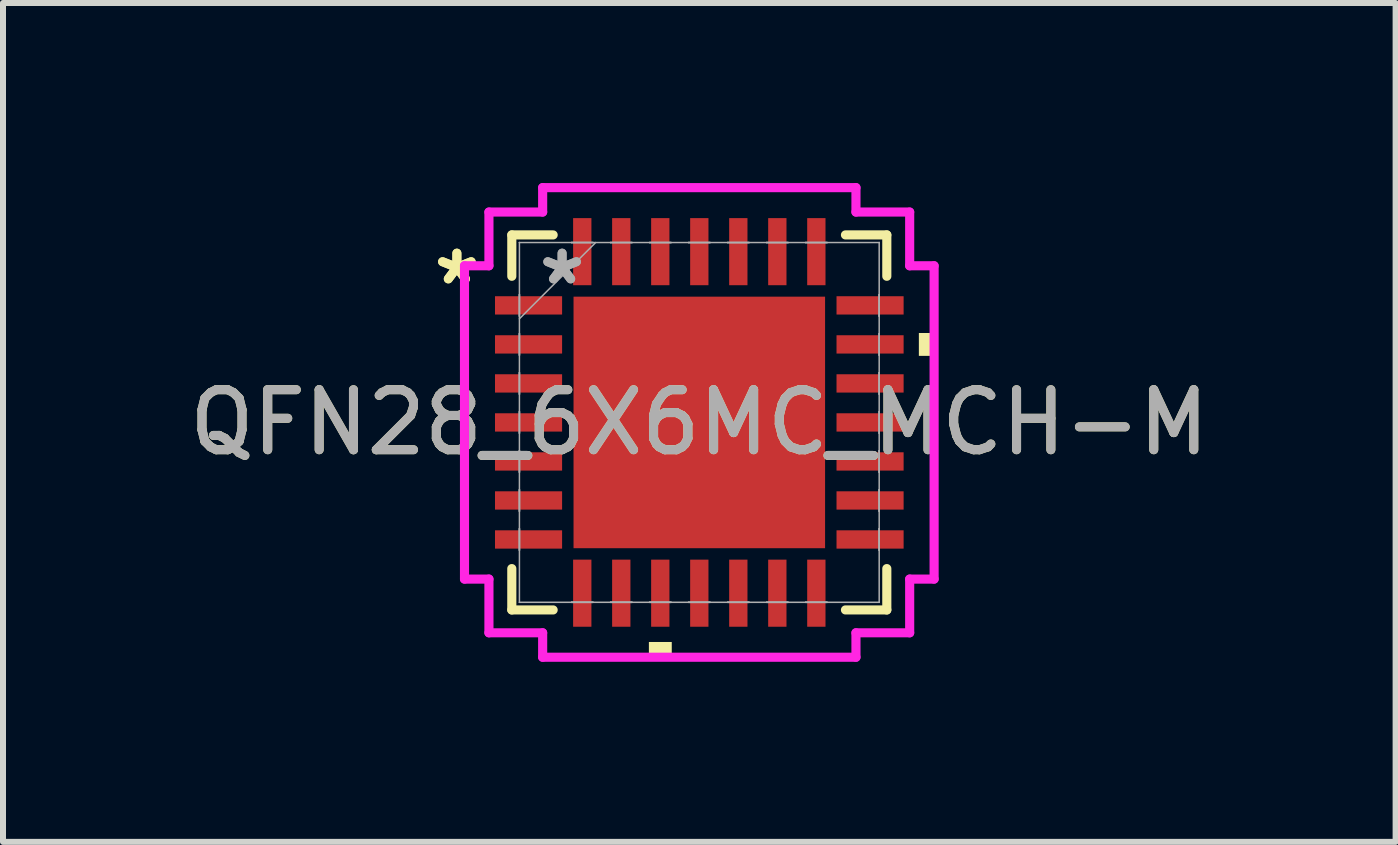
<source format=kicad_pcb>
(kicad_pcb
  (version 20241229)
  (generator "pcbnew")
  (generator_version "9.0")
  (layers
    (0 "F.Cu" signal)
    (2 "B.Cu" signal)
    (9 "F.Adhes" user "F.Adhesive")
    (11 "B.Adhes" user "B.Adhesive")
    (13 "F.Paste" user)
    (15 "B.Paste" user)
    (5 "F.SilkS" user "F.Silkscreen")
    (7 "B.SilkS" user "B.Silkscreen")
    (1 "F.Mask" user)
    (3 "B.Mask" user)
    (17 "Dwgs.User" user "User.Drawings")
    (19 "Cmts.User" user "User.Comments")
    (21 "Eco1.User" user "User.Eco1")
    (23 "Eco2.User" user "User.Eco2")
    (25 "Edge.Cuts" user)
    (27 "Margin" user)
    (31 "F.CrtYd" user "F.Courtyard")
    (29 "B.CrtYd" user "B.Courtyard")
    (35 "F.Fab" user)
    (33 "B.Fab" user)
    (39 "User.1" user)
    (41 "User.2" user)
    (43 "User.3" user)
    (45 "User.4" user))
  (footprint "QFN28_6X6MC_MCH-M"
    (layer "F.Cu")
    (at 8.601 3.988)
    (property "Reference" "QFN28_6X6MC_MCH-M" (at 0 0 0) (unlocked yes) (layer "F.SilkS") (effects (font (size 1 1) (thickness 0.15))))
    (attr smd)
    (fp_line (start -3.124 -3.124) (end -3.124 -2.435) (stroke (width 0.152) (type solid)) (layer "F.SilkS"))
    (fp_line (start -3.124 2.435) (end -3.124 3.124) (stroke (width 0.152) (type solid)) (layer "F.SilkS"))
    (fp_line (start -3.124 3.124) (end -2.435 3.124) (stroke (width 0.152) (type solid)) (layer "F.SilkS"))
    (fp_line (start -2.435 -3.124) (end -3.124 -3.124) (stroke (width 0.152) (type solid)) (layer "F.SilkS"))
    (fp_line (start 2.435 3.124) (end 3.124 3.124) (stroke (width 0.152) (type solid)) (layer "F.SilkS"))
    (fp_line (start 3.124 -3.124) (end 2.435 -3.124) (stroke (width 0.152) (type solid)) (layer "F.SilkS"))
    (fp_line (start 3.124 -2.435) (end 3.124 -3.124) (stroke (width 0.152) (type solid)) (layer "F.SilkS"))
    (fp_line (start 3.124 3.124) (end 3.124 2.435) (stroke (width 0.152) (type solid)) (layer "F.SilkS"))
    (fp_poly (pts (xy -0.84 3.658) (xy -0.84 3.912) (xy -0.459 3.912) (xy -0.459 3.658)) (stroke (width 0) (type solid)) (fill yes) (layer "F.SilkS"))
    (fp_poly (pts (xy 3.912 -1.49) (xy 3.912 -1.109) (xy 3.658 -1.109) (xy 3.658 -1.49)) (stroke (width 0) (type solid)) (fill yes) (layer "F.SilkS"))
    (fp_poly (pts (xy -1.996 -1.996) (xy -1.996 -0.798) (xy -0.798 -0.798) (xy -0.798 -1.996)) (stroke (width 0) (type solid)) (fill yes) (layer "F.Paste"))
    (fp_poly (pts (xy -1.996 -0.599) (xy -1.996 0.599) (xy -0.798 0.599) (xy -0.798 -0.599)) (stroke (width 0) (type solid)) (fill yes) (layer "F.Paste"))
    (fp_poly (pts (xy -1.996 0.798) (xy -1.996 1.996) (xy -0.798 1.996) (xy -0.798 0.798)) (stroke (width 0) (type solid)) (fill yes) (layer "F.Paste"))
    (fp_poly (pts (xy -0.599 -1.996) (xy -0.599 -0.798) (xy 0.599 -0.798) (xy 0.599 -1.996)) (stroke (width 0) (type solid)) (fill yes) (layer "F.Paste"))
    (fp_poly (pts (xy -0.599 -0.599) (xy -0.599 0.599) (xy 0.599 0.599) (xy 0.599 -0.599)) (stroke (width 0) (type solid)) (fill yes) (layer "F.Paste"))
    (fp_poly (pts (xy -0.599 0.798) (xy -0.599 1.996) (xy 0.599 1.996) (xy 0.599 0.798)) (stroke (width 0) (type solid)) (fill yes) (layer "F.Paste"))
    (fp_poly (pts (xy 0.798 -1.996) (xy 0.798 -0.798) (xy 1.996 -0.798) (xy 1.996 -1.996)) (stroke (width 0) (type solid)) (fill yes) (layer "F.Paste"))
    (fp_poly (pts (xy 0.798 -0.599) (xy 0.798 0.599) (xy 1.996 0.599) (xy 1.996 -0.599)) (stroke (width 0) (type solid)) (fill yes) (layer "F.Paste"))
    (fp_poly (pts (xy 0.798 0.798) (xy 0.798 1.996) (xy 1.996 1.996) (xy 1.996 0.798)) (stroke (width 0) (type solid)) (fill yes) (layer "F.Paste"))
    (fp_line (start -3.912 -2.61) (end -3.505 -2.61) (stroke (width 0.152) (type solid)) (layer "F.CrtYd"))
    (fp_line (start -3.912 2.61) (end -3.912 -2.61) (stroke (width 0.152) (type solid)) (layer "F.CrtYd"))
    (fp_line (start -3.505 -3.505) (end -2.61 -3.505) (stroke (width 0.152) (type solid)) (layer "F.CrtYd"))
    (fp_line (start -3.505 -2.61) (end -3.505 -3.505) (stroke (width 0.152) (type solid)) (layer "F.CrtYd"))
    (fp_line (start -3.505 2.61) (end -3.912 2.61) (stroke (width 0.152) (type solid)) (layer "F.CrtYd"))
    (fp_line (start -3.505 3.505) (end -3.505 2.61) (stroke (width 0.152) (type solid)) (layer "F.CrtYd"))
    (fp_line (start -2.61 -3.912) (end 2.61 -3.912) (stroke (width 0.152) (type solid)) (layer "F.CrtYd"))
    (fp_line (start -2.61 -3.505) (end -2.61 -3.912) (stroke (width 0.152) (type solid)) (layer "F.CrtYd"))
    (fp_line (start -2.61 3.505) (end -3.505 3.505) (stroke (width 0.152) (type solid)) (layer "F.CrtYd"))
    (fp_line (start -2.61 3.912) (end -2.61 3.505) (stroke (width 0.152) (type solid)) (layer "F.CrtYd"))
    (fp_line (start 2.61 -3.912) (end 2.61 -3.505) (stroke (width 0.152) (type solid)) (layer "F.CrtYd"))
    (fp_line (start 2.61 -3.505) (end 3.505 -3.505) (stroke (width 0.152) (type solid)) (layer "F.CrtYd"))
    (fp_line (start 2.61 3.505) (end 2.61 3.912) (stroke (width 0.152) (type solid)) (layer "F.CrtYd"))
    (fp_line (start 2.61 3.912) (end -2.61 3.912) (stroke (width 0.152) (type solid)) (layer "F.CrtYd"))
    (fp_line (start 3.505 -3.505) (end 3.505 -2.61) (stroke (width 0.152) (type solid)) (layer "F.CrtYd"))
    (fp_line (start 3.505 -2.61) (end 3.912 -2.61) (stroke (width 0.152) (type solid)) (layer "F.CrtYd"))
    (fp_line (start 3.505 2.61) (end 3.505 3.505) (stroke (width 0.152) (type solid)) (layer "F.CrtYd"))
    (fp_line (start 3.505 3.505) (end 2.61 3.505) (stroke (width 0.152) (type solid)) (layer "F.CrtYd"))
    (fp_line (start 3.912 -2.61) (end 3.912 2.61) (stroke (width 0.152) (type solid)) (layer "F.CrtYd"))
    (fp_line (start 3.912 2.61) (end 3.505 2.61) (stroke (width 0.152) (type solid)) (layer "F.CrtYd"))
    (fp_line (start -2.997 -2.997) (end -2.997 -2.997) (stroke (width 0.025) (type solid)) (layer "F.Fab"))
    (fp_line (start -2.997 -2.997) (end -2.997 2.997) (stroke (width 0.025) (type solid)) (layer "F.Fab"))
    (fp_line (start -2.997 -2.128) (end -2.997 -2.128) (stroke (width 0.025) (type solid)) (layer "F.Fab"))
    (fp_line (start -2.997 -2.128) (end -2.997 -1.772) (stroke (width 0.025) (type solid)) (layer "F.Fab"))
    (fp_line (start -2.997 -1.772) (end -2.997 -2.128) (stroke (width 0.025) (type solid)) (layer "F.Fab"))
    (fp_line (start -2.997 -1.772) (end -2.997 -1.772) (stroke (width 0.025) (type solid)) (layer "F.Fab"))
    (fp_line (start -2.997 -1.727) (end -1.727 -2.997) (stroke (width 0.025) (type solid)) (layer "F.Fab"))
    (fp_line (start -2.997 -1.478) (end -2.997 -1.478) (stroke (width 0.025) (type solid)) (layer "F.Fab"))
    (fp_line (start -2.997 -1.478) (end -2.997 -1.122) (stroke (width 0.025) (type solid)) (layer "F.Fab"))
    (fp_line (start -2.997 -1.122) (end -2.997 -1.478) (stroke (width 0.025) (type solid)) (layer "F.Fab"))
    (fp_line (start -2.997 -1.122) (end -2.997 -1.122) (stroke (width 0.025) (type solid)) (layer "F.Fab"))
    (fp_line (start -2.997 -0.828) (end -2.997 -0.828) (stroke (width 0.025) (type solid)) (layer "F.Fab"))
    (fp_line (start -2.997 -0.828) (end -2.997 -0.472) (stroke (width 0.025) (type solid)) (layer "F.Fab"))
    (fp_line (start -2.997 -0.472) (end -2.997 -0.828) (stroke (width 0.025) (type solid)) (layer "F.Fab"))
    (fp_line (start -2.997 -0.472) (end -2.997 -0.472) (stroke (width 0.025) (type solid)) (layer "F.Fab"))
    (fp_line (start -2.997 -0.178) (end -2.997 -0.178) (stroke (width 0.025) (type solid)) (layer "F.Fab"))
    (fp_line (start -2.997 -0.178) (end -2.997 0.178) (stroke (width 0.025) (type solid)) (layer "F.Fab"))
    (fp_line (start -2.997 0.178) (end -2.997 -0.178) (stroke (width 0.025) (type solid)) (layer "F.Fab"))
    (fp_line (start -2.997 0.178) (end -2.997 0.178) (stroke (width 0.025) (type solid)) (layer "F.Fab"))
    (fp_line (start -2.997 0.472) (end -2.997 0.472) (stroke (width 0.025) (type solid)) (layer "F.Fab"))
    (fp_line (start -2.997 0.472) (end -2.997 0.828) (stroke (width 0.025) (type solid)) (layer "F.Fab"))
    (fp_line (start -2.997 0.828) (end -2.997 0.472) (stroke (width 0.025) (type solid)) (layer "F.Fab"))
    (fp_line (start -2.997 0.828) (end -2.997 0.828) (stroke (width 0.025) (type solid)) (layer "F.Fab"))
    (fp_line (start -2.997 1.122) (end -2.997 1.122) (stroke (width 0.025) (type solid)) (layer "F.Fab"))
    (fp_line (start -2.997 1.122) (end -2.997 1.478) (stroke (width 0.025) (type solid)) (layer "F.Fab"))
    (fp_line (start -2.997 1.478) (end -2.997 1.122) (stroke (width 0.025) (type solid)) (layer "F.Fab"))
    (fp_line (start -2.997 1.478) (end -2.997 1.478) (stroke (width 0.025) (type solid)) (layer "F.Fab"))
    (fp_line (start -2.997 1.772) (end -2.997 1.772) (stroke (width 0.025) (type solid)) (layer "F.Fab"))
    (fp_line (start -2.997 1.772) (end -2.997 2.128) (stroke (width 0.025) (type solid)) (layer "F.Fab"))
    (fp_line (start -2.997 2.128) (end -2.997 1.772) (stroke (width 0.025) (type solid)) (layer "F.Fab"))
    (fp_line (start -2.997 2.128) (end -2.997 2.128) (stroke (width 0.025) (type solid)) (layer "F.Fab"))
    (fp_line (start -2.997 2.997) (end -2.997 2.997) (stroke (width 0.025) (type solid)) (layer "F.Fab"))
    (fp_line (start -2.997 2.997) (end 2.997 2.997) (stroke (width 0.025) (type solid)) (layer "F.Fab"))
    (fp_line (start -2.128 -2.997) (end -2.128 -2.997) (stroke (width 0.025) (type solid)) (layer "F.Fab"))
    (fp_line (start -2.128 -2.997) (end -1.772 -2.997) (stroke (width 0.025) (type solid)) (layer "F.Fab"))
    (fp_line (start -2.128 2.997) (end -2.128 2.997) (stroke (width 0.025) (type solid)) (layer "F.Fab"))
    (fp_line (start -2.128 2.997) (end -1.772 2.997) (stroke (width 0.025) (type solid)) (layer "F.Fab"))
    (fp_line (start -1.772 -2.997) (end -2.128 -2.997) (stroke (width 0.025) (type solid)) (layer "F.Fab"))
    (fp_line (start -1.772 -2.997) (end -1.772 -2.997) (stroke (width 0.025) (type solid)) (layer "F.Fab"))
    (fp_line (start -1.772 2.997) (end -2.128 2.997) (stroke (width 0.025) (type solid)) (layer "F.Fab"))
    (fp_line (start -1.772 2.997) (end -1.772 2.997) (stroke (width 0.025) (type solid)) (layer "F.Fab"))
    (fp_line (start -1.478 -2.997) (end -1.478 -2.997) (stroke (width 0.025) (type solid)) (layer "F.Fab"))
    (fp_line (start -1.478 -2.997) (end -1.122 -2.997) (stroke (width 0.025) (type solid)) (layer "F.Fab"))
    (fp_line (start -1.478 2.997) (end -1.478 2.997) (stroke (width 0.025) (type solid)) (layer "F.Fab"))
    (fp_line (start -1.478 2.997) (end -1.122 2.997) (stroke (width 0.025) (type solid)) (layer "F.Fab"))
    (fp_line (start -1.122 -2.997) (end -1.478 -2.997) (stroke (width 0.025) (type solid)) (layer "F.Fab"))
    (fp_line (start -1.122 -2.997) (end -1.122 -2.997) (stroke (width 0.025) (type solid)) (layer "F.Fab"))
    (fp_line (start -1.122 2.997) (end -1.478 2.997) (stroke (width 0.025) (type solid)) (layer "F.Fab"))
    (fp_line (start -1.122 2.997) (end -1.122 2.997) (stroke (width 0.025) (type solid)) (layer "F.Fab"))
    (fp_line (start -0.828 -2.997) (end -0.828 -2.997) (stroke (width 0.025) (type solid)) (layer "F.Fab"))
    (fp_line (start -0.828 -2.997) (end -0.472 -2.997) (stroke (width 0.025) (type solid)) (layer "F.Fab"))
    (fp_line (start -0.828 2.997) (end -0.828 2.997) (stroke (width 0.025) (type solid)) (layer "F.Fab"))
    (fp_line (start -0.828 2.997) (end -0.472 2.997) (stroke (width 0.025) (type solid)) (layer "F.Fab"))
    (fp_line (start -0.472 -2.997) (end -0.828 -2.997) (stroke (width 0.025) (type solid)) (layer "F.Fab"))
    (fp_line (start -0.472 -2.997) (end -0.472 -2.997) (stroke (width 0.025) (type solid)) (layer "F.Fab"))
    (fp_line (start -0.472 2.997) (end -0.828 2.997) (stroke (width 0.025) (type solid)) (layer "F.Fab"))
    (fp_line (start -0.472 2.997) (end -0.472 2.997) (stroke (width 0.025) (type solid)) (layer "F.Fab"))
    (fp_line (start -0.178 -2.997) (end -0.178 -2.997) (stroke (width 0.025) (type solid)) (layer "F.Fab"))
    (fp_line (start -0.178 -2.997) (end 0.178 -2.997) (stroke (width 0.025) (type solid)) (layer "F.Fab"))
    (fp_line (start -0.178 2.997) (end -0.178 2.997) (stroke (width 0.025) (type solid)) (layer "F.Fab"))
    (fp_line (start -0.178 2.997) (end 0.178 2.997) (stroke (width 0.025) (type solid)) (layer "F.Fab"))
    (fp_line (start 0.178 -2.997) (end -0.178 -2.997) (stroke (width 0.025) (type solid)) (layer "F.Fab"))
    (fp_line (start 0.178 -2.997) (end 0.178 -2.997) (stroke (width 0.025) (type solid)) (layer "F.Fab"))
    (fp_line (start 0.178 2.997) (end -0.178 2.997) (stroke (width 0.025) (type solid)) (layer "F.Fab"))
    (fp_line (start 0.178 2.997) (end 0.178 2.997) (stroke (width 0.025) (type solid)) (layer "F.Fab"))
    (fp_line (start 0.472 -2.997) (end 0.472 -2.997) (stroke (width 0.025) (type solid)) (layer "F.Fab"))
    (fp_line (start 0.472 -2.997) (end 0.828 -2.997) (stroke (width 0.025) (type solid)) (layer "F.Fab"))
    (fp_line (start 0.472 2.997) (end 0.472 2.997) (stroke (width 0.025) (type solid)) (layer "F.Fab"))
    (fp_line (start 0.472 2.997) (end 0.828 2.997) (stroke (width 0.025) (type solid)) (layer "F.Fab"))
    (fp_line (start 0.828 -2.997) (end 0.472 -2.997) (stroke (width 0.025) (type solid)) (layer "F.Fab"))
    (fp_line (start 0.828 -2.997) (end 0.828 -2.997) (stroke (width 0.025) (type solid)) (layer "F.Fab"))
    (fp_line (start 0.828 2.997) (end 0.472 2.997) (stroke (width 0.025) (type solid)) (layer "F.Fab"))
    (fp_line (start 0.828 2.997) (end 0.828 2.997) (stroke (width 0.025) (type solid)) (layer "F.Fab"))
    (fp_line (start 1.122 -2.997) (end 1.122 -2.997) (stroke (width 0.025) (type solid)) (layer "F.Fab"))
    (fp_line (start 1.122 -2.997) (end 1.478 -2.997) (stroke (width 0.025) (type solid)) (layer "F.Fab"))
    (fp_line (start 1.122 2.997) (end 1.122 2.997) (stroke (width 0.025) (type solid)) (layer "F.Fab"))
    (fp_line (start 1.122 2.997) (end 1.478 2.997) (stroke (width 0.025) (type solid)) (layer "F.Fab"))
    (fp_line (start 1.478 -2.997) (end 1.122 -2.997) (stroke (width 0.025) (type solid)) (layer "F.Fab"))
    (fp_line (start 1.478 -2.997) (end 1.478 -2.997) (stroke (width 0.025) (type solid)) (layer "F.Fab"))
    (fp_line (start 1.478 2.997) (end 1.122 2.997) (stroke (width 0.025) (type solid)) (layer "F.Fab"))
    (fp_line (start 1.478 2.997) (end 1.478 2.997) (stroke (width 0.025) (type solid)) (layer "F.Fab"))
    (fp_line (start 1.772 -2.997) (end 1.772 -2.997) (stroke (width 0.025) (type solid)) (layer "F.Fab"))
    (fp_line (start 1.772 -2.997) (end 2.128 -2.997) (stroke (width 0.025) (type solid)) (layer "F.Fab"))
    (fp_line (start 1.772 2.997) (end 1.772 2.997) (stroke (width 0.025) (type solid)) (layer "F.Fab"))
    (fp_line (start 1.772 2.997) (end 2.128 2.997) (stroke (width 0.025) (type solid)) (layer "F.Fab"))
    (fp_line (start 2.128 -2.997) (end 1.772 -2.997) (stroke (width 0.025) (type solid)) (layer "F.Fab"))
    (fp_line (start 2.128 -2.997) (end 2.128 -2.997) (stroke (width 0.025) (type solid)) (layer "F.Fab"))
    (fp_line (start 2.128 2.997) (end 1.772 2.997) (stroke (width 0.025) (type solid)) (layer "F.Fab"))
    (fp_line (start 2.128 2.997) (end 2.128 2.997) (stroke (width 0.025) (type solid)) (layer "F.Fab"))
    (fp_line (start 2.997 -2.997) (end -2.997 -2.997) (stroke (width 0.025) (type solid)) (layer "F.Fab"))
    (fp_line (start 2.997 -2.997) (end 2.997 -2.997) (stroke (width 0.025) (type solid)) (layer "F.Fab"))
    (fp_line (start 2.997 -2.128) (end 2.997 -2.128) (stroke (width 0.025) (type solid)) (layer "F.Fab"))
    (fp_line (start 2.997 -2.128) (end 2.997 -1.772) (stroke (width 0.025) (type solid)) (layer "F.Fab"))
    (fp_line (start 2.997 -1.772) (end 2.997 -2.128) (stroke (width 0.025) (type solid)) (layer "F.Fab"))
    (fp_line (start 2.997 -1.772) (end 2.997 -1.772) (stroke (width 0.025) (type solid)) (layer "F.Fab"))
    (fp_line (start 2.997 -1.478) (end 2.997 -1.478) (stroke (width 0.025) (type solid)) (layer "F.Fab"))
    (fp_line (start 2.997 -1.478) (end 2.997 -1.122) (stroke (width 0.025) (type solid)) (layer "F.Fab"))
    (fp_line (start 2.997 -1.122) (end 2.997 -1.478) (stroke (width 0.025) (type solid)) (layer "F.Fab"))
    (fp_line (start 2.997 -1.122) (end 2.997 -1.122) (stroke (width 0.025) (type solid)) (layer "F.Fab"))
    (fp_line (start 2.997 -0.828) (end 2.997 -0.828) (stroke (width 0.025) (type solid)) (layer "F.Fab"))
    (fp_line (start 2.997 -0.828) (end 2.997 -0.472) (stroke (width 0.025) (type solid)) (layer "F.Fab"))
    (fp_line (start 2.997 -0.472) (end 2.997 -0.828) (stroke (width 0.025) (type solid)) (layer "F.Fab"))
    (fp_line (start 2.997 -0.472) (end 2.997 -0.472) (stroke (width 0.025) (type solid)) (layer "F.Fab"))
    (fp_line (start 2.997 -0.178) (end 2.997 -0.178) (stroke (width 0.025) (type solid)) (layer "F.Fab"))
    (fp_line (start 2.997 -0.178) (end 2.997 0.178) (stroke (width 0.025) (type solid)) (layer "F.Fab"))
    (fp_line (start 2.997 0.178) (end 2.997 -0.178) (stroke (width 0.025) (type solid)) (layer "F.Fab"))
    (fp_line (start 2.997 0.178) (end 2.997 0.178) (stroke (width 0.025) (type solid)) (layer "F.Fab"))
    (fp_line (start 2.997 0.472) (end 2.997 0.472) (stroke (width 0.025) (type solid)) (layer "F.Fab"))
    (fp_line (start 2.997 0.472) (end 2.997 0.828) (stroke (width 0.025) (type solid)) (layer "F.Fab"))
    (fp_line (start 2.997 0.828) (end 2.997 0.472) (stroke (width 0.025) (type solid)) (layer "F.Fab"))
    (fp_line (start 2.997 0.828) (end 2.997 0.828) (stroke (width 0.025) (type solid)) (layer "F.Fab"))
    (fp_line (start 2.997 1.122) (end 2.997 1.122) (stroke (width 0.025) (type solid)) (layer "F.Fab"))
    (fp_line (start 2.997 1.122) (end 2.997 1.478) (stroke (width 0.025) (type solid)) (layer "F.Fab"))
    (fp_line (start 2.997 1.478) (end 2.997 1.122) (stroke (width 0.025) (type solid)) (layer "F.Fab"))
    (fp_line (start 2.997 1.478) (end 2.997 1.478) (stroke (width 0.025) (type solid)) (layer "F.Fab"))
    (fp_line (start 2.997 1.772) (end 2.997 1.772) (stroke (width 0.025) (type solid)) (layer "F.Fab"))
    (fp_line (start 2.997 1.772) (end 2.997 2.128) (stroke (width 0.025) (type solid)) (layer "F.Fab"))
    (fp_line (start 2.997 2.128) (end 2.997 1.772) (stroke (width 0.025) (type solid)) (layer "F.Fab"))
    (fp_line (start 2.997 2.128) (end 2.997 2.128) (stroke (width 0.025) (type solid)) (layer "F.Fab"))
    (fp_line (start 2.997 2.997) (end 2.997 -2.997) (stroke (width 0.025) (type solid)) (layer "F.Fab"))
    (fp_line (start 2.997 2.997) (end 2.997 2.997) (stroke (width 0.025) (type solid)) (layer "F.Fab"))
    (fp_text user "*" (at -4.039 -2.275 0) (layer "F.SilkS") (effects (font (size 1 1) (thickness 0.15))))
    (fp_text user "*" (at -4.039 -2.275 0) (unlocked yes) (layer "F.SilkS") (effects (font (size 1 1) (thickness 0.15))))
    (fp_text user "*" (at -2.286 -2.275 0) (layer "F.Fab") (effects (font (size 1 1) (thickness 0.15))))
    (fp_text user "${REFERENCE}" (at 0 0 0) (unlocked yes) (layer "F.Fab") (effects (font (size 1 1) (thickness 0.15))))
    (fp_text user "*" (at -2.286 -2.275 0) (unlocked yes) (layer "F.Fab") (effects (font (size 1 1) (thickness 0.15))))
    (pad "1" smd rect (at -2.845 -1.95 90) (size 0.305 1.118) (layers "F.Cu" "F.Mask" "F.Paste"))
    (pad "2" smd rect (at -2.845 -1.3 90) (size 0.305 1.118) (layers "F.Cu" "F.Mask" "F.Paste"))
    (pad "3" smd rect (at -2.845 -0.65 90) (size 0.305 1.118) (layers "F.Cu" "F.Mask" "F.Paste"))
    (pad "4" smd rect (at -2.845 0 90) (size 0.305 1.118) (layers "F.Cu" "F.Mask" "F.Paste"))
    (pad "5" smd rect (at -2.845 0.65 90) (size 0.305 1.118) (layers "F.Cu" "F.Mask" "F.Paste"))
    (pad "6" smd rect (at -2.845 1.3 90) (size 0.305 1.118) (layers "F.Cu" "F.Mask" "F.Paste"))
    (pad "7" smd rect (at -2.845 1.95 90) (size 0.305 1.118) (layers "F.Cu" "F.Mask" "F.Paste"))
    (pad "8" smd rect (at -1.95 2.845) (size 0.305 1.118) (layers "F.Cu" "F.Mask" "F.Paste"))
    (pad "9" smd rect (at -1.3 2.845) (size 0.305 1.118) (layers "F.Cu" "F.Mask" "F.Paste"))
    (pad "10" smd rect (at -0.65 2.845) (size 0.305 1.118) (layers "F.Cu" "F.Mask" "F.Paste"))
    (pad "11" smd rect (at 0 2.845) (size 0.305 1.118) (layers "F.Cu" "F.Mask" "F.Paste"))
    (pad "12" smd rect (at 0.65 2.845) (size 0.305 1.118) (layers "F.Cu" "F.Mask" "F.Paste"))
    (pad "13" smd rect (at 1.3 2.845) (size 0.305 1.118) (layers "F.Cu" "F.Mask" "F.Paste"))
    (pad "14" smd rect (at 1.95 2.845) (size 0.305 1.118) (layers "F.Cu" "F.Mask" "F.Paste"))
    (pad "15" smd rect (at 2.845 1.95 90) (size 0.305 1.118) (layers "F.Cu" "F.Mask" "F.Paste"))
    (pad "16" smd rect (at 2.845 1.3 90) (size 0.305 1.118) (layers "F.Cu" "F.Mask" "F.Paste"))
    (pad "17" smd rect (at 2.845 0.65 90) (size 0.305 1.118) (layers "F.Cu" "F.Mask" "F.Paste"))
    (pad "18" smd rect (at 2.845 0 90) (size 0.305 1.118) (layers "F.Cu" "F.Mask" "F.Paste"))
    (pad "19" smd rect (at 2.845 -0.65 90) (size 0.305 1.118) (layers "F.Cu" "F.Mask" "F.Paste"))
    (pad "20" smd rect (at 2.845 -1.3 90) (size 0.305 1.118) (layers "F.Cu" "F.Mask" "F.Paste"))
    (pad "21" smd rect (at 2.845 -1.95 90) (size 0.305 1.118) (layers "F.Cu" "F.Mask" "F.Paste"))
    (pad "22" smd rect (at 1.95 -2.845) (size 0.305 1.118) (layers "F.Cu" "F.Mask" "F.Paste"))
    (pad "23" smd rect (at 1.3 -2.845) (size 0.305 1.118) (layers "F.Cu" "F.Mask" "F.Paste"))
    (pad "24" smd rect (at 0.65 -2.845) (size 0.305 1.118) (layers "F.Cu" "F.Mask" "F.Paste"))
    (pad "25" smd rect (at 0 -2.845) (size 0.305 1.118) (layers "F.Cu" "F.Mask" "F.Paste"))
    (pad "26" smd rect (at -0.65 -2.845) (size 0.305 1.118) (layers "F.Cu" "F.Mask" "F.Paste"))
    (pad "27" smd rect (at -1.3 -2.845) (size 0.305 1.118) (layers "F.Cu" "F.Mask" "F.Paste"))
    (pad "28" smd rect (at -1.95 -2.845) (size 0.305 1.118) (layers "F.Cu" "F.Mask" "F.Paste"))
    (pad "29" smd rect (at 0 0) (size 4.191 4.191) (layers "F.Cu" "F.Mask" "F.Paste")))
  (gr_rect
    (start -3 -3)
    (end 20.202 10.976)
    (stroke (width 0.1) (type default))
    (fill no)
    (layer "Edge.Cuts")))
</source>
